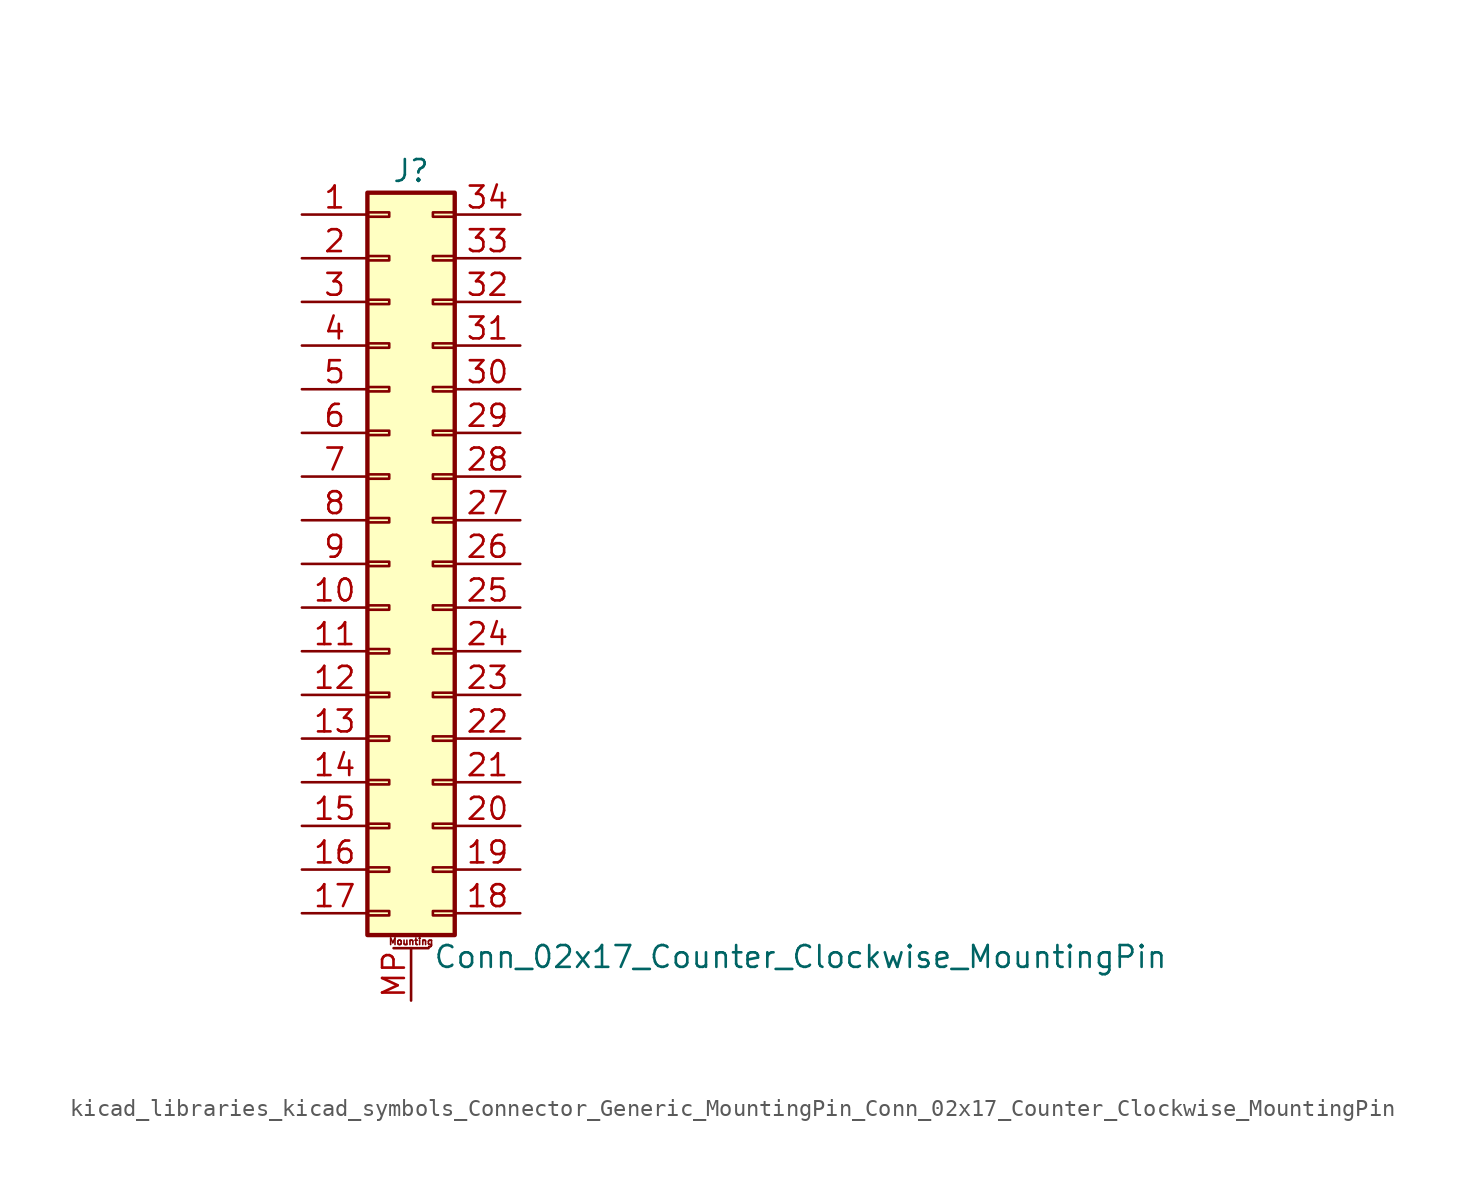
<source format=kicad_sym>
(kicad_symbol_lib
  (version 20220914)
  (generator kicad_symbol_editor)
  (symbol "kicad_libraries_kicad_symbols_Connector_Generic_MountingPin_Conn_02x17_Counter_Clockwise_MountingPin"
    (pin_names
      (offset 1.016) hide)
    (property "Reference" "J"
      (at 1.27 22.86 0)
      (effects (font (size 1.27 1.27))))
    (property "Value" "Conn_02x17_Counter_Clockwise_MountingPin"
      (at 2.54 -22.86 0)
      (effects (font (size 1.27 1.27)) (justify left)))
    (symbol "kicad_libraries_kicad_symbols_Connector_Generic_MountingPin_Conn_02x17_Counter_Clockwise_MountingPin_1_1"
      (rectangle (start -1.27 -20.193) (end 0 -20.447) (stroke (width 0.152) (type default)) (fill (type none)))
      (rectangle (start -1.27 -17.653) (end 0 -17.907) (stroke (width 0.152) (type default)) (fill (type none)))
      (rectangle (start -1.27 -15.113) (end 0 -15.367) (stroke (width 0.152) (type default)) (fill (type none)))
      (rectangle (start -1.27 -12.573) (end 0 -12.827) (stroke (width 0.152) (type default)) (fill (type none)))
      (rectangle (start -1.27 -10.033) (end 0 -10.287) (stroke (width 0.152) (type default)) (fill (type none)))
      (rectangle (start -1.27 -7.493) (end 0 -7.747) (stroke (width 0.152) (type default)) (fill (type none)))
      (rectangle (start -1.27 -4.953) (end 0 -5.207) (stroke (width 0.152) (type default)) (fill (type none)))
      (rectangle (start -1.27 -2.413) (end 0 -2.667) (stroke (width 0.152) (type default)) (fill (type none)))
      (rectangle (start -1.27 0.127) (end 0 -0.127) (stroke (width 0.152) (type default)) (fill (type none)))
      (rectangle (start -1.27 2.667) (end 0 2.413) (stroke (width 0.152) (type default)) (fill (type none)))
      (rectangle (start -1.27 5.207) (end 0 4.953) (stroke (width 0.152) (type default)) (fill (type none)))
      (rectangle (start -1.27 7.747) (end 0 7.493) (stroke (width 0.152) (type default)) (fill (type none)))
      (rectangle (start -1.27 10.287) (end 0 10.033) (stroke (width 0.152) (type default)) (fill (type none)))
      (rectangle (start -1.27 12.827) (end 0 12.573) (stroke (width 0.152) (type default)) (fill (type none)))
      (rectangle (start -1.27 15.367) (end 0 15.113) (stroke (width 0.152) (type default)) (fill (type none)))
      (rectangle (start -1.27 17.907) (end 0 17.653) (stroke (width 0.152) (type default)) (fill (type none)))
      (rectangle (start -1.27 20.447) (end 0 20.193) (stroke (width 0.152) (type default)) (fill (type none)))
      (rectangle (start -1.27 21.59) (end 3.81 -21.59) (stroke (width 0.254) (type default)) (fill (type background)))
      (polyline (pts (xy 0.254 -22.352) (xy 2.286 -22.352)) (stroke (width 0.152) (type default)) (fill (type none)))
      (rectangle (start 3.81 -20.193) (end 2.54 -20.447) (stroke (width 0.152) (type default)) (fill (type none)))
      (rectangle (start 3.81 -17.653) (end 2.54 -17.907) (stroke (width 0.152) (type default)) (fill (type none)))
      (rectangle (start 3.81 -15.113) (end 2.54 -15.367) (stroke (width 0.152) (type default)) (fill (type none)))
      (rectangle (start 3.81 -12.573) (end 2.54 -12.827) (stroke (width 0.152) (type default)) (fill (type none)))
      (rectangle (start 3.81 -10.033) (end 2.54 -10.287) (stroke (width 0.152) (type default)) (fill (type none)))
      (rectangle (start 3.81 -7.493) (end 2.54 -7.747) (stroke (width 0.152) (type default)) (fill (type none)))
      (rectangle (start 3.81 -4.953) (end 2.54 -5.207) (stroke (width 0.152) (type default)) (fill (type none)))
      (rectangle (start 3.81 -2.413) (end 2.54 -2.667) (stroke (width 0.152) (type default)) (fill (type none)))
      (rectangle (start 3.81 0.127) (end 2.54 -0.127) (stroke (width 0.152) (type default)) (fill (type none)))
      (rectangle (start 3.81 2.667) (end 2.54 2.413) (stroke (width 0.152) (type default)) (fill (type none)))
      (rectangle (start 3.81 5.207) (end 2.54 4.953) (stroke (width 0.152) (type default)) (fill (type none)))
      (rectangle (start 3.81 7.747) (end 2.54 7.493) (stroke (width 0.152) (type default)) (fill (type none)))
      (rectangle (start 3.81 10.287) (end 2.54 10.033) (stroke (width 0.152) (type default)) (fill (type none)))
      (rectangle (start 3.81 12.827) (end 2.54 12.573) (stroke (width 0.152) (type default)) (fill (type none)))
      (rectangle (start 3.81 15.367) (end 2.54 15.113) (stroke (width 0.152) (type default)) (fill (type none)))
      (rectangle (start 3.81 17.907) (end 2.54 17.653) (stroke (width 0.152) (type default)) (fill (type none)))
      (rectangle (start 3.81 20.447) (end 2.54 20.193) (stroke (width 0.152) (type default)) (fill (type none)))
      (text "Mounting" (at 1.27 -21.971 0) (effects (font (size 0.381 0.381))))
      (pin passive line (at -5.08 20.32 0) (length 3.81) (name "Pin_1" (effects (font (size 1.27 1.27)))) (number "1" (effects (font (size 1.27 1.27)))))
      (pin passive line (at -5.08 -2.54 0) (length 3.81) (name "Pin_10" (effects (font (size 1.27 1.27)))) (number "10" (effects (font (size 1.27 1.27)))))
      (pin passive line (at -5.08 -5.08 0) (length 3.81) (name "Pin_11" (effects (font (size 1.27 1.27)))) (number "11" (effects (font (size 1.27 1.27)))))
      (pin passive line (at -5.08 -7.62 0) (length 3.81) (name "Pin_12" (effects (font (size 1.27 1.27)))) (number "12" (effects (font (size 1.27 1.27)))))
      (pin passive line (at -5.08 -10.16 0) (length 3.81) (name "Pin_13" (effects (font (size 1.27 1.27)))) (number "13" (effects (font (size 1.27 1.27)))))
      (pin passive line (at -5.08 -12.7 0) (length 3.81) (name "Pin_14" (effects (font (size 1.27 1.27)))) (number "14" (effects (font (size 1.27 1.27)))))
      (pin passive line (at -5.08 -15.24 0) (length 3.81) (name "Pin_15" (effects (font (size 1.27 1.27)))) (number "15" (effects (font (size 1.27 1.27)))))
      (pin passive line (at -5.08 -17.78 0) (length 3.81) (name "Pin_16" (effects (font (size 1.27 1.27)))) (number "16" (effects (font (size 1.27 1.27)))))
      (pin passive line (at -5.08 -20.32 0) (length 3.81) (name "Pin_17" (effects (font (size 1.27 1.27)))) (number "17" (effects (font (size 1.27 1.27)))))
      (pin passive line (at 7.62 -20.32 180) (length 3.81) (name "Pin_18" (effects (font (size 1.27 1.27)))) (number "18" (effects (font (size 1.27 1.27)))))
      (pin passive line (at 7.62 -17.78 180) (length 3.81) (name "Pin_19" (effects (font (size 1.27 1.27)))) (number "19" (effects (font (size 1.27 1.27)))))
      (pin passive line (at -5.08 17.78 0) (length 3.81) (name "Pin_2" (effects (font (size 1.27 1.27)))) (number "2" (effects (font (size 1.27 1.27)))))
      (pin passive line (at 7.62 -15.24 180) (length 3.81) (name "Pin_20" (effects (font (size 1.27 1.27)))) (number "20" (effects (font (size 1.27 1.27)))))
      (pin passive line (at 7.62 -12.7 180) (length 3.81) (name "Pin_21" (effects (font (size 1.27 1.27)))) (number "21" (effects (font (size 1.27 1.27)))))
      (pin passive line (at 7.62 -10.16 180) (length 3.81) (name "Pin_22" (effects (font (size 1.27 1.27)))) (number "22" (effects (font (size 1.27 1.27)))))
      (pin passive line (at 7.62 -7.62 180) (length 3.81) (name "Pin_23" (effects (font (size 1.27 1.27)))) (number "23" (effects (font (size 1.27 1.27)))))
      (pin passive line (at 7.62 -5.08 180) (length 3.81) (name "Pin_24" (effects (font (size 1.27 1.27)))) (number "24" (effects (font (size 1.27 1.27)))))
      (pin passive line (at 7.62 -2.54 180) (length 3.81) (name "Pin_25" (effects (font (size 1.27 1.27)))) (number "25" (effects (font (size 1.27 1.27)))))
      (pin passive line (at 7.62 0 180) (length 3.81) (name "Pin_26" (effects (font (size 1.27 1.27)))) (number "26" (effects (font (size 1.27 1.27)))))
      (pin passive line (at 7.62 2.54 180) (length 3.81) (name "Pin_27" (effects (font (size 1.27 1.27)))) (number "27" (effects (font (size 1.27 1.27)))))
      (pin passive line (at 7.62 5.08 180) (length 3.81) (name "Pin_28" (effects (font (size 1.27 1.27)))) (number "28" (effects (font (size 1.27 1.27)))))
      (pin passive line (at 7.62 7.62 180) (length 3.81) (name "Pin_29" (effects (font (size 1.27 1.27)))) (number "29" (effects (font (size 1.27 1.27)))))
      (pin passive line (at -5.08 15.24 0) (length 3.81) (name "Pin_3" (effects (font (size 1.27 1.27)))) (number "3" (effects (font (size 1.27 1.27)))))
      (pin passive line (at 7.62 10.16 180) (length 3.81) (name "Pin_30" (effects (font (size 1.27 1.27)))) (number "30" (effects (font (size 1.27 1.27)))))
      (pin passive line (at 7.62 12.7 180) (length 3.81) (name "Pin_31" (effects (font (size 1.27 1.27)))) (number "31" (effects (font (size 1.27 1.27)))))
      (pin passive line (at 7.62 15.24 180) (length 3.81) (name "Pin_32" (effects (font (size 1.27 1.27)))) (number "32" (effects (font (size 1.27 1.27)))))
      (pin passive line (at 7.62 17.78 180) (length 3.81) (name "Pin_33" (effects (font (size 1.27 1.27)))) (number "33" (effects (font (size 1.27 1.27)))))
      (pin passive line (at 7.62 20.32 180) (length 3.81) (name "Pin_34" (effects (font (size 1.27 1.27)))) (number "34" (effects (font (size 1.27 1.27)))))
      (pin passive line (at -5.08 12.7 0) (length 3.81) (name "Pin_4" (effects (font (size 1.27 1.27)))) (number "4" (effects (font (size 1.27 1.27)))))
      (pin passive line (at -5.08 10.16 0) (length 3.81) (name "Pin_5" (effects (font (size 1.27 1.27)))) (number "5" (effects (font (size 1.27 1.27)))))
      (pin passive line (at -5.08 7.62 0) (length 3.81) (name "Pin_6" (effects (font (size 1.27 1.27)))) (number "6" (effects (font (size 1.27 1.27)))))
      (pin passive line (at -5.08 5.08 0) (length 3.81) (name "Pin_7" (effects (font (size 1.27 1.27)))) (number "7" (effects (font (size 1.27 1.27)))))
      (pin passive line (at -5.08 2.54 0) (length 3.81) (name "Pin_8" (effects (font (size 1.27 1.27)))) (number "8" (effects (font (size 1.27 1.27)))))
      (pin passive line (at -5.08 0 0) (length 3.81) (name "Pin_9" (effects (font (size 1.27 1.27)))) (number "9" (effects (font (size 1.27 1.27)))))
      (pin passive line (at 1.27 -25.4 90) (length 3.048) (name "MountPin" (effects (font (size 1.27 1.27)))) (number "MP" (effects (font (size 1.27 1.27))))))))
</source>
